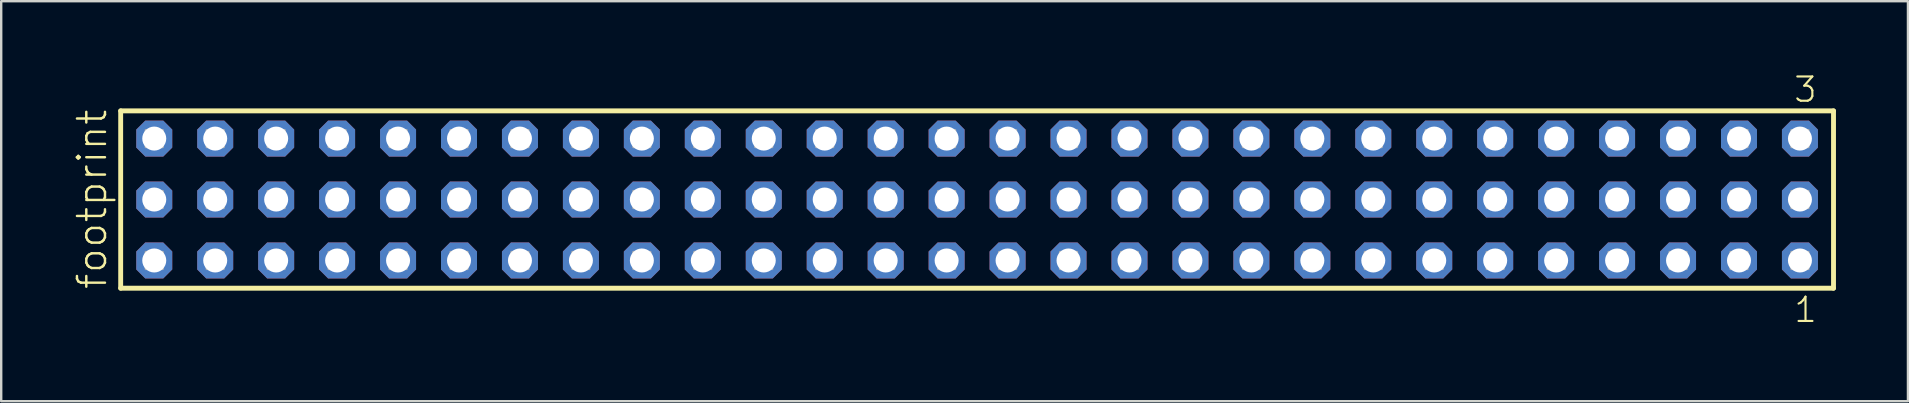
<source format=kicad_pcb>
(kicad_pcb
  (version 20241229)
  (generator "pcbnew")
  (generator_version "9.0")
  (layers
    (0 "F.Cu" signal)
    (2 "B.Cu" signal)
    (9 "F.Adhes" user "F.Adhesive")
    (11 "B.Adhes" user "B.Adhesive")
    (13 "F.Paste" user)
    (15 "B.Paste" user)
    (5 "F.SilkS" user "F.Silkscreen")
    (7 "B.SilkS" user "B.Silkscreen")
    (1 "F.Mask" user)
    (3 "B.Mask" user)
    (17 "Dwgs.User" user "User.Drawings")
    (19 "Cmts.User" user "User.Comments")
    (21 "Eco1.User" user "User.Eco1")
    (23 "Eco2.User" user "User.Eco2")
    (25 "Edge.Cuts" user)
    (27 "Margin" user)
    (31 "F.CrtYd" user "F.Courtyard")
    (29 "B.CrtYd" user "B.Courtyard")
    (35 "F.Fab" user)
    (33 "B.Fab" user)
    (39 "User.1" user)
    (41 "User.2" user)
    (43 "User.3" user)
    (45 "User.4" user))
  (footprint "footprint"
    (layer "F.Cu")
    (at 37.668 5.265)
    (property "Reference" "footprint" (at -36.195 3.81 90) (layer "F.SilkS") (effects (font (size 1.168 1.168) (thickness 0.102)) (justify left bottom)))
    (fp_line (start -35.689 -3.695) (end 35.689 -3.695) (stroke (width 0.203) (type solid)) (layer "F.SilkS"))
    (fp_line (start -35.689 3.695) (end -35.689 -3.695) (stroke (width 0.203) (type solid)) (layer "F.SilkS"))
    (fp_line (start 35.689 -3.695) (end 35.689 3.695) (stroke (width 0.203) (type solid)) (layer "F.SilkS"))
    (fp_line (start 35.689 3.695) (end -35.689 3.695) (stroke (width 0.203) (type solid)) (layer "F.SilkS"))
    (fp_poly (pts (xy -34.64 -2.19) (xy -33.94 -2.19) (xy -33.94 -2.89) (xy -34.64 -2.89)) (stroke (width 0.1) (type solid)) (fill no) (layer "F.Fab"))
    (fp_poly (pts (xy -34.64 0.35) (xy -33.94 0.35) (xy -33.94 -0.35) (xy -34.64 -0.35)) (stroke (width 0.1) (type solid)) (fill no) (layer "F.Fab"))
    (fp_poly (pts (xy -34.64 2.89) (xy -33.94 2.89) (xy -33.94 2.19) (xy -34.64 2.19)) (stroke (width 0.1) (type solid)) (fill no) (layer "F.Fab"))
    (fp_poly (pts (xy -32.1 -2.19) (xy -31.4 -2.19) (xy -31.4 -2.89) (xy -32.1 -2.89)) (stroke (width 0.1) (type solid)) (fill no) (layer "F.Fab"))
    (fp_poly (pts (xy -32.1 0.35) (xy -31.4 0.35) (xy -31.4 -0.35) (xy -32.1 -0.35)) (stroke (width 0.1) (type solid)) (fill no) (layer "F.Fab"))
    (fp_poly (pts (xy -32.1 2.89) (xy -31.4 2.89) (xy -31.4 2.19) (xy -32.1 2.19)) (stroke (width 0.1) (type solid)) (fill no) (layer "F.Fab"))
    (fp_poly (pts (xy -29.56 -2.19) (xy -28.86 -2.19) (xy -28.86 -2.89) (xy -29.56 -2.89)) (stroke (width 0.1) (type solid)) (fill no) (layer "F.Fab"))
    (fp_poly (pts (xy -29.56 0.35) (xy -28.86 0.35) (xy -28.86 -0.35) (xy -29.56 -0.35)) (stroke (width 0.1) (type solid)) (fill no) (layer "F.Fab"))
    (fp_poly (pts (xy -29.56 2.89) (xy -28.86 2.89) (xy -28.86 2.19) (xy -29.56 2.19)) (stroke (width 0.1) (type solid)) (fill no) (layer "F.Fab"))
    (fp_poly (pts (xy -27.02 -2.19) (xy -26.32 -2.19) (xy -26.32 -2.89) (xy -27.02 -2.89)) (stroke (width 0.1) (type solid)) (fill no) (layer "F.Fab"))
    (fp_poly (pts (xy -27.02 0.35) (xy -26.32 0.35) (xy -26.32 -0.35) (xy -27.02 -0.35)) (stroke (width 0.1) (type solid)) (fill no) (layer "F.Fab"))
    (fp_poly (pts (xy -27.02 2.89) (xy -26.32 2.89) (xy -26.32 2.19) (xy -27.02 2.19)) (stroke (width 0.1) (type solid)) (fill no) (layer "F.Fab"))
    (fp_poly (pts (xy -24.48 -2.19) (xy -23.78 -2.19) (xy -23.78 -2.89) (xy -24.48 -2.89)) (stroke (width 0.1) (type solid)) (fill no) (layer "F.Fab"))
    (fp_poly (pts (xy -24.48 0.35) (xy -23.78 0.35) (xy -23.78 -0.35) (xy -24.48 -0.35)) (stroke (width 0.1) (type solid)) (fill no) (layer "F.Fab"))
    (fp_poly (pts (xy -24.48 2.89) (xy -23.78 2.89) (xy -23.78 2.19) (xy -24.48 2.19)) (stroke (width 0.1) (type solid)) (fill no) (layer "F.Fab"))
    (fp_poly (pts (xy -21.94 -2.19) (xy -21.24 -2.19) (xy -21.24 -2.89) (xy -21.94 -2.89)) (stroke (width 0.1) (type solid)) (fill no) (layer "F.Fab"))
    (fp_poly (pts (xy -21.94 0.35) (xy -21.24 0.35) (xy -21.24 -0.35) (xy -21.94 -0.35)) (stroke (width 0.1) (type solid)) (fill no) (layer "F.Fab"))
    (fp_poly (pts (xy -21.94 2.89) (xy -21.24 2.89) (xy -21.24 2.19) (xy -21.94 2.19)) (stroke (width 0.1) (type solid)) (fill no) (layer "F.Fab"))
    (fp_poly (pts (xy -19.4 -2.19) (xy -18.7 -2.19) (xy -18.7 -2.89) (xy -19.4 -2.89)) (stroke (width 0.1) (type solid)) (fill no) (layer "F.Fab"))
    (fp_poly (pts (xy -19.4 0.35) (xy -18.7 0.35) (xy -18.7 -0.35) (xy -19.4 -0.35)) (stroke (width 0.1) (type solid)) (fill no) (layer "F.Fab"))
    (fp_poly (pts (xy -19.4 2.89) (xy -18.7 2.89) (xy -18.7 2.19) (xy -19.4 2.19)) (stroke (width 0.1) (type solid)) (fill no) (layer "F.Fab"))
    (fp_poly (pts (xy -16.86 -2.19) (xy -16.16 -2.19) (xy -16.16 -2.89) (xy -16.86 -2.89)) (stroke (width 0.1) (type solid)) (fill no) (layer "F.Fab"))
    (fp_poly (pts (xy -16.86 0.35) (xy -16.16 0.35) (xy -16.16 -0.35) (xy -16.86 -0.35)) (stroke (width 0.1) (type solid)) (fill no) (layer "F.Fab"))
    (fp_poly (pts (xy -16.86 2.89) (xy -16.16 2.89) (xy -16.16 2.19) (xy -16.86 2.19)) (stroke (width 0.1) (type solid)) (fill no) (layer "F.Fab"))
    (fp_poly (pts (xy -14.32 -2.19) (xy -13.62 -2.19) (xy -13.62 -2.89) (xy -14.32 -2.89)) (stroke (width 0.1) (type solid)) (fill no) (layer "F.Fab"))
    (fp_poly (pts (xy -14.32 0.35) (xy -13.62 0.35) (xy -13.62 -0.35) (xy -14.32 -0.35)) (stroke (width 0.1) (type solid)) (fill no) (layer "F.Fab"))
    (fp_poly (pts (xy -14.32 2.89) (xy -13.62 2.89) (xy -13.62 2.19) (xy -14.32 2.19)) (stroke (width 0.1) (type solid)) (fill no) (layer "F.Fab"))
    (fp_poly (pts (xy -11.78 -2.19) (xy -11.08 -2.19) (xy -11.08 -2.89) (xy -11.78 -2.89)) (stroke (width 0.1) (type solid)) (fill no) (layer "F.Fab"))
    (fp_poly (pts (xy -11.78 0.35) (xy -11.08 0.35) (xy -11.08 -0.35) (xy -11.78 -0.35)) (stroke (width 0.1) (type solid)) (fill no) (layer "F.Fab"))
    (fp_poly (pts (xy -11.78 2.89) (xy -11.08 2.89) (xy -11.08 2.19) (xy -11.78 2.19)) (stroke (width 0.1) (type solid)) (fill no) (layer "F.Fab"))
    (fp_poly (pts (xy -9.24 -2.19) (xy -8.54 -2.19) (xy -8.54 -2.89) (xy -9.24 -2.89)) (stroke (width 0.1) (type solid)) (fill no) (layer "F.Fab"))
    (fp_poly (pts (xy -9.24 0.35) (xy -8.54 0.35) (xy -8.54 -0.35) (xy -9.24 -0.35)) (stroke (width 0.1) (type solid)) (fill no) (layer "F.Fab"))
    (fp_poly (pts (xy -9.24 2.89) (xy -8.54 2.89) (xy -8.54 2.19) (xy -9.24 2.19)) (stroke (width 0.1) (type solid)) (fill no) (layer "F.Fab"))
    (fp_poly (pts (xy -6.7 -2.19) (xy -6 -2.19) (xy -6 -2.89) (xy -6.7 -2.89)) (stroke (width 0.1) (type solid)) (fill no) (layer "F.Fab"))
    (fp_poly (pts (xy -6.7 0.35) (xy -6 0.35) (xy -6 -0.35) (xy -6.7 -0.35)) (stroke (width 0.1) (type solid)) (fill no) (layer "F.Fab"))
    (fp_poly (pts (xy -6.7 2.89) (xy -6 2.89) (xy -6 2.19) (xy -6.7 2.19)) (stroke (width 0.1) (type solid)) (fill no) (layer "F.Fab"))
    (fp_poly (pts (xy -4.16 -2.19) (xy -3.46 -2.19) (xy -3.46 -2.89) (xy -4.16 -2.89)) (stroke (width 0.1) (type solid)) (fill no) (layer "F.Fab"))
    (fp_poly (pts (xy -4.16 0.35) (xy -3.46 0.35) (xy -3.46 -0.35) (xy -4.16 -0.35)) (stroke (width 0.1) (type solid)) (fill no) (layer "F.Fab"))
    (fp_poly (pts (xy -4.16 2.89) (xy -3.46 2.89) (xy -3.46 2.19) (xy -4.16 2.19)) (stroke (width 0.1) (type solid)) (fill no) (layer "F.Fab"))
    (fp_poly (pts (xy -1.62 -2.19) (xy -0.92 -2.19) (xy -0.92 -2.89) (xy -1.62 -2.89)) (stroke (width 0.1) (type solid)) (fill no) (layer "F.Fab"))
    (fp_poly (pts (xy -1.62 0.35) (xy -0.92 0.35) (xy -0.92 -0.35) (xy -1.62 -0.35)) (stroke (width 0.1) (type solid)) (fill no) (layer "F.Fab"))
    (fp_poly (pts (xy -1.62 2.89) (xy -0.92 2.89) (xy -0.92 2.19) (xy -1.62 2.19)) (stroke (width 0.1) (type solid)) (fill no) (layer "F.Fab"))
    (fp_poly (pts (xy 0.92 -2.19) (xy 1.62 -2.19) (xy 1.62 -2.89) (xy 0.92 -2.89)) (stroke (width 0.1) (type solid)) (fill no) (layer "F.Fab"))
    (fp_poly (pts (xy 0.92 0.35) (xy 1.62 0.35) (xy 1.62 -0.35) (xy 0.92 -0.35)) (stroke (width 0.1) (type solid)) (fill no) (layer "F.Fab"))
    (fp_poly (pts (xy 0.92 2.89) (xy 1.62 2.89) (xy 1.62 2.19) (xy 0.92 2.19)) (stroke (width 0.1) (type solid)) (fill no) (layer "F.Fab"))
    (fp_poly (pts (xy 3.46 -2.19) (xy 4.16 -2.19) (xy 4.16 -2.89) (xy 3.46 -2.89)) (stroke (width 0.1) (type solid)) (fill no) (layer "F.Fab"))
    (fp_poly (pts (xy 3.46 0.35) (xy 4.16 0.35) (xy 4.16 -0.35) (xy 3.46 -0.35)) (stroke (width 0.1) (type solid)) (fill no) (layer "F.Fab"))
    (fp_poly (pts (xy 3.46 2.89) (xy 4.16 2.89) (xy 4.16 2.19) (xy 3.46 2.19)) (stroke (width 0.1) (type solid)) (fill no) (layer "F.Fab"))
    (fp_poly (pts (xy 6 -2.19) (xy 6.7 -2.19) (xy 6.7 -2.89) (xy 6 -2.89)) (stroke (width 0.1) (type solid)) (fill no) (layer "F.Fab"))
    (fp_poly (pts (xy 6 0.35) (xy 6.7 0.35) (xy 6.7 -0.35) (xy 6 -0.35)) (stroke (width 0.1) (type solid)) (fill no) (layer "F.Fab"))
    (fp_poly (pts (xy 6 2.89) (xy 6.7 2.89) (xy 6.7 2.19) (xy 6 2.19)) (stroke (width 0.1) (type solid)) (fill no) (layer "F.Fab"))
    (fp_poly (pts (xy 8.54 -2.19) (xy 9.24 -2.19) (xy 9.24 -2.89) (xy 8.54 -2.89)) (stroke (width 0.1) (type solid)) (fill no) (layer "F.Fab"))
    (fp_poly (pts (xy 8.54 0.35) (xy 9.24 0.35) (xy 9.24 -0.35) (xy 8.54 -0.35)) (stroke (width 0.1) (type solid)) (fill no) (layer "F.Fab"))
    (fp_poly (pts (xy 8.54 2.89) (xy 9.24 2.89) (xy 9.24 2.19) (xy 8.54 2.19)) (stroke (width 0.1) (type solid)) (fill no) (layer "F.Fab"))
    (fp_poly (pts (xy 11.08 -2.19) (xy 11.78 -2.19) (xy 11.78 -2.89) (xy 11.08 -2.89)) (stroke (width 0.1) (type solid)) (fill no) (layer "F.Fab"))
    (fp_poly (pts (xy 11.08 0.35) (xy 11.78 0.35) (xy 11.78 -0.35) (xy 11.08 -0.35)) (stroke (width 0.1) (type solid)) (fill no) (layer "F.Fab"))
    (fp_poly (pts (xy 11.08 2.89) (xy 11.78 2.89) (xy 11.78 2.19) (xy 11.08 2.19)) (stroke (width 0.1) (type solid)) (fill no) (layer "F.Fab"))
    (fp_poly (pts (xy 13.62 -2.19) (xy 14.32 -2.19) (xy 14.32 -2.89) (xy 13.62 -2.89)) (stroke (width 0.1) (type solid)) (fill no) (layer "F.Fab"))
    (fp_poly (pts (xy 13.62 0.35) (xy 14.32 0.35) (xy 14.32 -0.35) (xy 13.62 -0.35)) (stroke (width 0.1) (type solid)) (fill no) (layer "F.Fab"))
    (fp_poly (pts (xy 13.62 2.89) (xy 14.32 2.89) (xy 14.32 2.19) (xy 13.62 2.19)) (stroke (width 0.1) (type solid)) (fill no) (layer "F.Fab"))
    (fp_poly (pts (xy 16.16 -2.19) (xy 16.86 -2.19) (xy 16.86 -2.89) (xy 16.16 -2.89)) (stroke (width 0.1) (type solid)) (fill no) (layer "F.Fab"))
    (fp_poly (pts (xy 16.16 0.35) (xy 16.86 0.35) (xy 16.86 -0.35) (xy 16.16 -0.35)) (stroke (width 0.1) (type solid)) (fill no) (layer "F.Fab"))
    (fp_poly (pts (xy 16.16 2.89) (xy 16.86 2.89) (xy 16.86 2.19) (xy 16.16 2.19)) (stroke (width 0.1) (type solid)) (fill no) (layer "F.Fab"))
    (fp_poly (pts (xy 18.7 -2.19) (xy 19.4 -2.19) (xy 19.4 -2.89) (xy 18.7 -2.89)) (stroke (width 0.1) (type solid)) (fill no) (layer "F.Fab"))
    (fp_poly (pts (xy 18.7 0.35) (xy 19.4 0.35) (xy 19.4 -0.35) (xy 18.7 -0.35)) (stroke (width 0.1) (type solid)) (fill no) (layer "F.Fab"))
    (fp_poly (pts (xy 18.7 2.89) (xy 19.4 2.89) (xy 19.4 2.19) (xy 18.7 2.19)) (stroke (width 0.1) (type solid)) (fill no) (layer "F.Fab"))
    (fp_poly (pts (xy 21.24 -2.19) (xy 21.94 -2.19) (xy 21.94 -2.89) (xy 21.24 -2.89)) (stroke (width 0.1) (type solid)) (fill no) (layer "F.Fab"))
    (fp_poly (pts (xy 21.24 0.35) (xy 21.94 0.35) (xy 21.94 -0.35) (xy 21.24 -0.35)) (stroke (width 0.1) (type solid)) (fill no) (layer "F.Fab"))
    (fp_poly (pts (xy 21.24 2.89) (xy 21.94 2.89) (xy 21.94 2.19) (xy 21.24 2.19)) (stroke (width 0.1) (type solid)) (fill no) (layer "F.Fab"))
    (fp_poly (pts (xy 23.78 -2.19) (xy 24.48 -2.19) (xy 24.48 -2.89) (xy 23.78 -2.89)) (stroke (width 0.1) (type solid)) (fill no) (layer "F.Fab"))
    (fp_poly (pts (xy 23.78 0.35) (xy 24.48 0.35) (xy 24.48 -0.35) (xy 23.78 -0.35)) (stroke (width 0.1) (type solid)) (fill no) (layer "F.Fab"))
    (fp_poly (pts (xy 23.78 2.89) (xy 24.48 2.89) (xy 24.48 2.19) (xy 23.78 2.19)) (stroke (width 0.1) (type solid)) (fill no) (layer "F.Fab"))
    (fp_poly (pts (xy 26.32 -2.19) (xy 27.02 -2.19) (xy 27.02 -2.89) (xy 26.32 -2.89)) (stroke (width 0.1) (type solid)) (fill no) (layer "F.Fab"))
    (fp_poly (pts (xy 26.32 0.35) (xy 27.02 0.35) (xy 27.02 -0.35) (xy 26.32 -0.35)) (stroke (width 0.1) (type solid)) (fill no) (layer "F.Fab"))
    (fp_poly (pts (xy 26.32 2.89) (xy 27.02 2.89) (xy 27.02 2.19) (xy 26.32 2.19)) (stroke (width 0.1) (type solid)) (fill no) (layer "F.Fab"))
    (fp_poly (pts (xy 28.86 -2.19) (xy 29.56 -2.19) (xy 29.56 -2.89) (xy 28.86 -2.89)) (stroke (width 0.1) (type solid)) (fill no) (layer "F.Fab"))
    (fp_poly (pts (xy 28.86 0.35) (xy 29.56 0.35) (xy 29.56 -0.35) (xy 28.86 -0.35)) (stroke (width 0.1) (type solid)) (fill no) (layer "F.Fab"))
    (fp_poly (pts (xy 28.86 2.89) (xy 29.56 2.89) (xy 29.56 2.19) (xy 28.86 2.19)) (stroke (width 0.1) (type solid)) (fill no) (layer "F.Fab"))
    (fp_poly (pts (xy 31.4 -2.19) (xy 32.1 -2.19) (xy 32.1 -2.89) (xy 31.4 -2.89)) (stroke (width 0.1) (type solid)) (fill no) (layer "F.Fab"))
    (fp_poly (pts (xy 31.4 0.35) (xy 32.1 0.35) (xy 32.1 -0.35) (xy 31.4 -0.35)) (stroke (width 0.1) (type solid)) (fill no) (layer "F.Fab"))
    (fp_poly (pts (xy 31.4 2.89) (xy 32.1 2.89) (xy 32.1 2.19) (xy 31.4 2.19)) (stroke (width 0.1) (type solid)) (fill no) (layer "F.Fab"))
    (fp_poly (pts (xy 33.94 -2.19) (xy 34.64 -2.19) (xy 34.64 -2.89) (xy 33.94 -2.89)) (stroke (width 0.1) (type solid)) (fill no) (layer "F.Fab"))
    (fp_poly (pts (xy 33.94 0.35) (xy 34.64 0.35) (xy 34.64 -0.35) (xy 33.94 -0.35)) (stroke (width 0.1) (type solid)) (fill no) (layer "F.Fab"))
    (fp_poly (pts (xy 33.94 2.89) (xy 34.64 2.89) (xy 34.64 2.19) (xy 33.94 2.19)) (stroke (width 0.1) (type solid)) (fill no) (layer "F.Fab"))
    (fp_text user "1" (at 33.982 5.188 0) (layer "F.SilkS") (effects (font (size 1.012 1.012) (thickness 0.088)) (justify left bottom)))
    (fp_text user "3" (at 33.978 -3.989 0) (layer "F.SilkS") (effects (font (size 1.012 1.012) (thickness 0.088)) (justify left bottom)))
    (pad "1" thru_hole roundrect (at 34.29 2.54 180) (size 1.5 1.5) (drill 1) (layers "*.Cu" "*.Mask") (roundrect_rratio 0.25) (chamfer_ratio 0.25) (chamfer top_left top_right bottom_left bottom_right))
    (pad "2" thru_hole roundrect (at 34.29 0 180) (size 1.5 1.5) (drill 1) (layers "*.Cu" "*.Mask") (roundrect_rratio 0.25) (chamfer_ratio 0.25) (chamfer top_left top_right bottom_left bottom_right))
    (pad "3" thru_hole roundrect (at 34.29 -2.54 180) (size 1.5 1.5) (drill 1) (layers "*.Cu" "*.Mask") (roundrect_rratio 0.25) (chamfer_ratio 0.25) (chamfer top_left top_right bottom_left bottom_right))
    (pad "4" thru_hole roundrect (at 31.75 2.54 180) (size 1.5 1.5) (drill 1) (layers "*.Cu" "*.Mask") (roundrect_rratio 0.25) (chamfer_ratio 0.25) (chamfer top_left top_right bottom_left bottom_right))
    (pad "5" thru_hole roundrect (at 31.75 0 180) (size 1.5 1.5) (drill 1) (layers "*.Cu" "*.Mask") (roundrect_rratio 0.25) (chamfer_ratio 0.25) (chamfer top_left top_right bottom_left bottom_right))
    (pad "6" thru_hole roundrect (at 31.75 -2.54 180) (size 1.5 1.5) (drill 1) (layers "*.Cu" "*.Mask") (roundrect_rratio 0.25) (chamfer_ratio 0.25) (chamfer top_left top_right bottom_left bottom_right))
    (pad "7" thru_hole roundrect (at 29.21 2.54 180) (size 1.5 1.5) (drill 1) (layers "*.Cu" "*.Mask") (roundrect_rratio 0.25) (chamfer_ratio 0.25) (chamfer top_left top_right bottom_left bottom_right))
    (pad "8" thru_hole roundrect (at 29.21 0 180) (size 1.5 1.5) (drill 1) (layers "*.Cu" "*.Mask") (roundrect_rratio 0.25) (chamfer_ratio 0.25) (chamfer top_left top_right bottom_left bottom_right))
    (pad "9" thru_hole roundrect (at 29.21 -2.54 180) (size 1.5 1.5) (drill 1) (layers "*.Cu" "*.Mask") (roundrect_rratio 0.25) (chamfer_ratio 0.25) (chamfer top_left top_right bottom_left bottom_right))
    (pad "10" thru_hole roundrect (at 26.67 2.54 180) (size 1.5 1.5) (drill 1) (layers "*.Cu" "*.Mask") (roundrect_rratio 0.25) (chamfer_ratio 0.25) (chamfer top_left top_right bottom_left bottom_right))
    (pad "11" thru_hole roundrect (at 26.67 0 180) (size 1.5 1.5) (drill 1) (layers "*.Cu" "*.Mask") (roundrect_rratio 0.25) (chamfer_ratio 0.25) (chamfer top_left top_right bottom_left bottom_right))
    (pad "12" thru_hole roundrect (at 26.67 -2.54 180) (size 1.5 1.5) (drill 1) (layers "*.Cu" "*.Mask") (roundrect_rratio 0.25) (chamfer_ratio 0.25) (chamfer top_left top_right bottom_left bottom_right))
    (pad "13" thru_hole roundrect (at 24.13 2.54 180) (size 1.5 1.5) (drill 1) (layers "*.Cu" "*.Mask") (roundrect_rratio 0.25) (chamfer_ratio 0.25) (chamfer top_left top_right bottom_left bottom_right))
    (pad "14" thru_hole roundrect (at 24.13 0 180) (size 1.5 1.5) (drill 1) (layers "*.Cu" "*.Mask") (roundrect_rratio 0.25) (chamfer_ratio 0.25) (chamfer top_left top_right bottom_left bottom_right))
    (pad "15" thru_hole roundrect (at 24.13 -2.54 180) (size 1.5 1.5) (drill 1) (layers "*.Cu" "*.Mask") (roundrect_rratio 0.25) (chamfer_ratio 0.25) (chamfer top_left top_right bottom_left bottom_right))
    (pad "16" thru_hole roundrect (at 21.59 2.54 180) (size 1.5 1.5) (drill 1) (layers "*.Cu" "*.Mask") (roundrect_rratio 0.25) (chamfer_ratio 0.25) (chamfer top_left top_right bottom_left bottom_right))
    (pad "17" thru_hole roundrect (at 21.59 0 180) (size 1.5 1.5) (drill 1) (layers "*.Cu" "*.Mask") (roundrect_rratio 0.25) (chamfer_ratio 0.25) (chamfer top_left top_right bottom_left bottom_right))
    (pad "18" thru_hole roundrect (at 21.59 -2.54 180) (size 1.5 1.5) (drill 1) (layers "*.Cu" "*.Mask") (roundrect_rratio 0.25) (chamfer_ratio 0.25) (chamfer top_left top_right bottom_left bottom_right))
    (pad "19" thru_hole roundrect (at 19.05 2.54 180) (size 1.5 1.5) (drill 1) (layers "*.Cu" "*.Mask") (roundrect_rratio 0.25) (chamfer_ratio 0.25) (chamfer top_left top_right bottom_left bottom_right))
    (pad "20" thru_hole roundrect (at 19.05 0 180) (size 1.5 1.5) (drill 1) (layers "*.Cu" "*.Mask") (roundrect_rratio 0.25) (chamfer_ratio 0.25) (chamfer top_left top_right bottom_left bottom_right))
    (pad "21" thru_hole roundrect (at 19.05 -2.54 180) (size 1.5 1.5) (drill 1) (layers "*.Cu" "*.Mask") (roundrect_rratio 0.25) (chamfer_ratio 0.25) (chamfer top_left top_right bottom_left bottom_right))
    (pad "22" thru_hole roundrect (at 16.51 2.54 180) (size 1.5 1.5) (drill 1) (layers "*.Cu" "*.Mask") (roundrect_rratio 0.25) (chamfer_ratio 0.25) (chamfer top_left top_right bottom_left bottom_right))
    (pad "23" thru_hole roundrect (at 16.51 0 180) (size 1.5 1.5) (drill 1) (layers "*.Cu" "*.Mask") (roundrect_rratio 0.25) (chamfer_ratio 0.25) (chamfer top_left top_right bottom_left bottom_right))
    (pad "24" thru_hole roundrect (at 16.51 -2.54 180) (size 1.5 1.5) (drill 1) (layers "*.Cu" "*.Mask") (roundrect_rratio 0.25) (chamfer_ratio 0.25) (chamfer top_left top_right bottom_left bottom_right))
    (pad "25" thru_hole roundrect (at 13.97 2.54 180) (size 1.5 1.5) (drill 1) (layers "*.Cu" "*.Mask") (roundrect_rratio 0.25) (chamfer_ratio 0.25) (chamfer top_left top_right bottom_left bottom_right))
    (pad "26" thru_hole roundrect (at 13.97 0 180) (size 1.5 1.5) (drill 1) (layers "*.Cu" "*.Mask") (roundrect_rratio 0.25) (chamfer_ratio 0.25) (chamfer top_left top_right bottom_left bottom_right))
    (pad "27" thru_hole roundrect (at 13.97 -2.54 180) (size 1.5 1.5) (drill 1) (layers "*.Cu" "*.Mask") (roundrect_rratio 0.25) (chamfer_ratio 0.25) (chamfer top_left top_right bottom_left bottom_right))
    (pad "28" thru_hole roundrect (at 11.43 2.54 180) (size 1.5 1.5) (drill 1) (layers "*.Cu" "*.Mask") (roundrect_rratio 0.25) (chamfer_ratio 0.25) (chamfer top_left top_right bottom_left bottom_right))
    (pad "29" thru_hole roundrect (at 11.43 0 180) (size 1.5 1.5) (drill 1) (layers "*.Cu" "*.Mask") (roundrect_rratio 0.25) (chamfer_ratio 0.25) (chamfer top_left top_right bottom_left bottom_right))
    (pad "30" thru_hole roundrect (at 11.43 -2.54 180) (size 1.5 1.5) (drill 1) (layers "*.Cu" "*.Mask") (roundrect_rratio 0.25) (chamfer_ratio 0.25) (chamfer top_left top_right bottom_left bottom_right))
    (pad "31" thru_hole roundrect (at 8.89 2.54 180) (size 1.5 1.5) (drill 1) (layers "*.Cu" "*.Mask") (roundrect_rratio 0.25) (chamfer_ratio 0.25) (chamfer top_left top_right bottom_left bottom_right))
    (pad "32" thru_hole roundrect (at 8.89 0 180) (size 1.5 1.5) (drill 1) (layers "*.Cu" "*.Mask") (roundrect_rratio 0.25) (chamfer_ratio 0.25) (chamfer top_left top_right bottom_left bottom_right))
    (pad "33" thru_hole roundrect (at 8.89 -2.54 180) (size 1.5 1.5) (drill 1) (layers "*.Cu" "*.Mask") (roundrect_rratio 0.25) (chamfer_ratio 0.25) (chamfer top_left top_right bottom_left bottom_right))
    (pad "34" thru_hole roundrect (at 6.35 2.54 180) (size 1.5 1.5) (drill 1) (layers "*.Cu" "*.Mask") (roundrect_rratio 0.25) (chamfer_ratio 0.25) (chamfer top_left top_right bottom_left bottom_right))
    (pad "35" thru_hole roundrect (at 6.35 0 180) (size 1.5 1.5) (drill 1) (layers "*.Cu" "*.Mask") (roundrect_rratio 0.25) (chamfer_ratio 0.25) (chamfer top_left top_right bottom_left bottom_right))
    (pad "36" thru_hole roundrect (at 6.35 -2.54 180) (size 1.5 1.5) (drill 1) (layers "*.Cu" "*.Mask") (roundrect_rratio 0.25) (chamfer_ratio 0.25) (chamfer top_left top_right bottom_left bottom_right))
    (pad "37" thru_hole roundrect (at 3.81 2.54 180) (size 1.5 1.5) (drill 1) (layers "*.Cu" "*.Mask") (roundrect_rratio 0.25) (chamfer_ratio 0.25) (chamfer top_left top_right bottom_left bottom_right))
    (pad "38" thru_hole roundrect (at 3.81 0 180) (size 1.5 1.5) (drill 1) (layers "*.Cu" "*.Mask") (roundrect_rratio 0.25) (chamfer_ratio 0.25) (chamfer top_left top_right bottom_left bottom_right))
    (pad "39" thru_hole roundrect (at 3.81 -2.54 180) (size 1.5 1.5) (drill 1) (layers "*.Cu" "*.Mask") (roundrect_rratio 0.25) (chamfer_ratio 0.25) (chamfer top_left top_right bottom_left bottom_right))
    (pad "40" thru_hole roundrect (at 1.27 2.54 180) (size 1.5 1.5) (drill 1) (layers "*.Cu" "*.Mask") (roundrect_rratio 0.25) (chamfer_ratio 0.25) (chamfer top_left top_right bottom_left bottom_right))
    (pad "41" thru_hole roundrect (at 1.27 0 180) (size 1.5 1.5) (drill 1) (layers "*.Cu" "*.Mask") (roundrect_rratio 0.25) (chamfer_ratio 0.25) (chamfer top_left top_right bottom_left bottom_right))
    (pad "42" thru_hole roundrect (at 1.27 -2.54 180) (size 1.5 1.5) (drill 1) (layers "*.Cu" "*.Mask") (roundrect_rratio 0.25) (chamfer_ratio 0.25) (chamfer top_left top_right bottom_left bottom_right))
    (pad "43" thru_hole roundrect (at -1.27 2.54 180) (size 1.5 1.5) (drill 1) (layers "*.Cu" "*.Mask") (roundrect_rratio 0.25) (chamfer_ratio 0.25) (chamfer top_left top_right bottom_left bottom_right))
    (pad "44" thru_hole roundrect (at -1.27 0 180) (size 1.5 1.5) (drill 1) (layers "*.Cu" "*.Mask") (roundrect_rratio 0.25) (chamfer_ratio 0.25) (chamfer top_left top_right bottom_left bottom_right))
    (pad "45" thru_hole roundrect (at -1.27 -2.54 180) (size 1.5 1.5) (drill 1) (layers "*.Cu" "*.Mask") (roundrect_rratio 0.25) (chamfer_ratio 0.25) (chamfer top_left top_right bottom_left bottom_right))
    (pad "46" thru_hole roundrect (at -3.81 2.54 180) (size 1.5 1.5) (drill 1) (layers "*.Cu" "*.Mask") (roundrect_rratio 0.25) (chamfer_ratio 0.25) (chamfer top_left top_right bottom_left bottom_right))
    (pad "47" thru_hole roundrect (at -3.81 0 180) (size 1.5 1.5) (drill 1) (layers "*.Cu" "*.Mask") (roundrect_rratio 0.25) (chamfer_ratio 0.25) (chamfer top_left top_right bottom_left bottom_right))
    (pad "48" thru_hole roundrect (at -3.81 -2.54 180) (size 1.5 1.5) (drill 1) (layers "*.Cu" "*.Mask") (roundrect_rratio 0.25) (chamfer_ratio 0.25) (chamfer top_left top_right bottom_left bottom_right))
    (pad "49" thru_hole roundrect (at -6.35 2.54 180) (size 1.5 1.5) (drill 1) (layers "*.Cu" "*.Mask") (roundrect_rratio 0.25) (chamfer_ratio 0.25) (chamfer top_left top_right bottom_left bottom_right))
    (pad "50" thru_hole roundrect (at -6.35 0 180) (size 1.5 1.5) (drill 1) (layers "*.Cu" "*.Mask") (roundrect_rratio 0.25) (chamfer_ratio 0.25) (chamfer top_left top_right bottom_left bottom_right))
    (pad "51" thru_hole roundrect (at -6.35 -2.54 180) (size 1.5 1.5) (drill 1) (layers "*.Cu" "*.Mask") (roundrect_rratio 0.25) (chamfer_ratio 0.25) (chamfer top_left top_right bottom_left bottom_right))
    (pad "52" thru_hole roundrect (at -8.89 2.54 180) (size 1.5 1.5) (drill 1) (layers "*.Cu" "*.Mask") (roundrect_rratio 0.25) (chamfer_ratio 0.25) (chamfer top_left top_right bottom_left bottom_right))
    (pad "53" thru_hole roundrect (at -8.89 0 180) (size 1.5 1.5) (drill 1) (layers "*.Cu" "*.Mask") (roundrect_rratio 0.25) (chamfer_ratio 0.25) (chamfer top_left top_right bottom_left bottom_right))
    (pad "54" thru_hole roundrect (at -8.89 -2.54 180) (size 1.5 1.5) (drill 1) (layers "*.Cu" "*.Mask") (roundrect_rratio 0.25) (chamfer_ratio 0.25) (chamfer top_left top_right bottom_left bottom_right))
    (pad "55" thru_hole roundrect (at -11.43 2.54 180) (size 1.5 1.5) (drill 1) (layers "*.Cu" "*.Mask") (roundrect_rratio 0.25) (chamfer_ratio 0.25) (chamfer top_left top_right bottom_left bottom_right))
    (pad "56" thru_hole roundrect (at -11.43 0 180) (size 1.5 1.5) (drill 1) (layers "*.Cu" "*.Mask") (roundrect_rratio 0.25) (chamfer_ratio 0.25) (chamfer top_left top_right bottom_left bottom_right))
    (pad "57" thru_hole roundrect (at -11.43 -2.54 180) (size 1.5 1.5) (drill 1) (layers "*.Cu" "*.Mask") (roundrect_rratio 0.25) (chamfer_ratio 0.25) (chamfer top_left top_right bottom_left bottom_right))
    (pad "58" thru_hole roundrect (at -13.97 2.54 180) (size 1.5 1.5) (drill 1) (layers "*.Cu" "*.Mask") (roundrect_rratio 0.25) (chamfer_ratio 0.25) (chamfer top_left top_right bottom_left bottom_right))
    (pad "59" thru_hole roundrect (at -13.97 0 180) (size 1.5 1.5) (drill 1) (layers "*.Cu" "*.Mask") (roundrect_rratio 0.25) (chamfer_ratio 0.25) (chamfer top_left top_right bottom_left bottom_right))
    (pad "60" thru_hole roundrect (at -13.97 -2.54 180) (size 1.5 1.5) (drill 1) (layers "*.Cu" "*.Mask") (roundrect_rratio 0.25) (chamfer_ratio 0.25) (chamfer top_left top_right bottom_left bottom_right))
    (pad "61" thru_hole roundrect (at -16.51 2.54 180) (size 1.5 1.5) (drill 1) (layers "*.Cu" "*.Mask") (roundrect_rratio 0.25) (chamfer_ratio 0.25) (chamfer top_left top_right bottom_left bottom_right))
    (pad "62" thru_hole roundrect (at -16.51 0 180) (size 1.5 1.5) (drill 1) (layers "*.Cu" "*.Mask") (roundrect_rratio 0.25) (chamfer_ratio 0.25) (chamfer top_left top_right bottom_left bottom_right))
    (pad "63" thru_hole roundrect (at -16.51 -2.54 180) (size 1.5 1.5) (drill 1) (layers "*.Cu" "*.Mask") (roundrect_rratio 0.25) (chamfer_ratio 0.25) (chamfer top_left top_right bottom_left bottom_right))
    (pad "64" thru_hole roundrect (at -19.05 2.54 180) (size 1.5 1.5) (drill 1) (layers "*.Cu" "*.Mask") (roundrect_rratio 0.25) (chamfer_ratio 0.25) (chamfer top_left top_right bottom_left bottom_right))
    (pad "65" thru_hole roundrect (at -19.05 0 180) (size 1.5 1.5) (drill 1) (layers "*.Cu" "*.Mask") (roundrect_rratio 0.25) (chamfer_ratio 0.25) (chamfer top_left top_right bottom_left bottom_right))
    (pad "66" thru_hole roundrect (at -19.05 -2.54 180) (size 1.5 1.5) (drill 1) (layers "*.Cu" "*.Mask") (roundrect_rratio 0.25) (chamfer_ratio 0.25) (chamfer top_left top_right bottom_left bottom_right))
    (pad "67" thru_hole roundrect (at -21.59 2.54 180) (size 1.5 1.5) (drill 1) (layers "*.Cu" "*.Mask") (roundrect_rratio 0.25) (chamfer_ratio 0.25) (chamfer top_left top_right bottom_left bottom_right))
    (pad "68" thru_hole roundrect (at -21.59 0 180) (size 1.5 1.5) (drill 1) (layers "*.Cu" "*.Mask") (roundrect_rratio 0.25) (chamfer_ratio 0.25) (chamfer top_left top_right bottom_left bottom_right))
    (pad "69" thru_hole roundrect (at -21.59 -2.54 180) (size 1.5 1.5) (drill 1) (layers "*.Cu" "*.Mask") (roundrect_rratio 0.25) (chamfer_ratio 0.25) (chamfer top_left top_right bottom_left bottom_right))
    (pad "70" thru_hole roundrect (at -24.13 2.54 180) (size 1.5 1.5) (drill 1) (layers "*.Cu" "*.Mask") (roundrect_rratio 0.25) (chamfer_ratio 0.25) (chamfer top_left top_right bottom_left bottom_right))
    (pad "71" thru_hole roundrect (at -24.13 0 180) (size 1.5 1.5) (drill 1) (layers "*.Cu" "*.Mask") (roundrect_rratio 0.25) (chamfer_ratio 0.25) (chamfer top_left top_right bottom_left bottom_right))
    (pad "72" thru_hole roundrect (at -24.13 -2.54 180) (size 1.5 1.5) (drill 1) (layers "*.Cu" "*.Mask") (roundrect_rratio 0.25) (chamfer_ratio 0.25) (chamfer top_left top_right bottom_left bottom_right))
    (pad "73" thru_hole roundrect (at -26.67 2.54 180) (size 1.5 1.5) (drill 1) (layers "*.Cu" "*.Mask") (roundrect_rratio 0.25) (chamfer_ratio 0.25) (chamfer top_left top_right bottom_left bottom_right))
    (pad "74" thru_hole roundrect (at -26.67 0 180) (size 1.5 1.5) (drill 1) (layers "*.Cu" "*.Mask") (roundrect_rratio 0.25) (chamfer_ratio 0.25) (chamfer top_left top_right bottom_left bottom_right))
    (pad "75" thru_hole roundrect (at -26.67 -2.54 180) (size 1.5 1.5) (drill 1) (layers "*.Cu" "*.Mask") (roundrect_rratio 0.25) (chamfer_ratio 0.25) (chamfer top_left top_right bottom_left bottom_right))
    (pad "76" thru_hole roundrect (at -29.21 2.54 180) (size 1.5 1.5) (drill 1) (layers "*.Cu" "*.Mask") (roundrect_rratio 0.25) (chamfer_ratio 0.25) (chamfer top_left top_right bottom_left bottom_right))
    (pad "77" thru_hole roundrect (at -29.21 0 180) (size 1.5 1.5) (drill 1) (layers "*.Cu" "*.Mask") (roundrect_rratio 0.25) (chamfer_ratio 0.25) (chamfer top_left top_right bottom_left bottom_right))
    (pad "78" thru_hole roundrect (at -29.21 -2.54 180) (size 1.5 1.5) (drill 1) (layers "*.Cu" "*.Mask") (roundrect_rratio 0.25) (chamfer_ratio 0.25) (chamfer top_left top_right bottom_left bottom_right))
    (pad "79" thru_hole roundrect (at -31.75 2.54 180) (size 1.5 1.5) (drill 1) (layers "*.Cu" "*.Mask") (roundrect_rratio 0.25) (chamfer_ratio 0.25) (chamfer top_left top_right bottom_left bottom_right))
    (pad "80" thru_hole roundrect (at -31.75 0 180) (size 1.5 1.5) (drill 1) (layers "*.Cu" "*.Mask") (roundrect_rratio 0.25) (chamfer_ratio 0.25) (chamfer top_left top_right bottom_left bottom_right))
    (pad "81" thru_hole roundrect (at -31.75 -2.54 180) (size 1.5 1.5) (drill 1) (layers "*.Cu" "*.Mask") (roundrect_rratio 0.25) (chamfer_ratio 0.25) (chamfer top_left top_right bottom_left bottom_right))
    (pad "82" thru_hole roundrect (at -34.29 2.54 180) (size 1.5 1.5) (drill 1) (layers "*.Cu" "*.Mask") (roundrect_rratio 0.25) (chamfer_ratio 0.25) (chamfer top_left top_right bottom_left bottom_right))
    (pad "83" thru_hole roundrect (at -34.29 0 180) (size 1.5 1.5) (drill 1) (layers "*.Cu" "*.Mask") (roundrect_rratio 0.25) (chamfer_ratio 0.25) (chamfer top_left top_right bottom_left bottom_right))
    (pad "84" thru_hole roundrect (at -34.29 -2.54 180) (size 1.5 1.5) (drill 1) (layers "*.Cu" "*.Mask") (roundrect_rratio 0.25) (chamfer_ratio 0.25) (chamfer top_left top_right bottom_left bottom_right)))
  (gr_rect
    (start -3 -3)
    (end 76.459 13.67)
    (stroke (width 0.1) (type default))
    (fill no)
    (layer "Edge.Cuts")))
</source>
